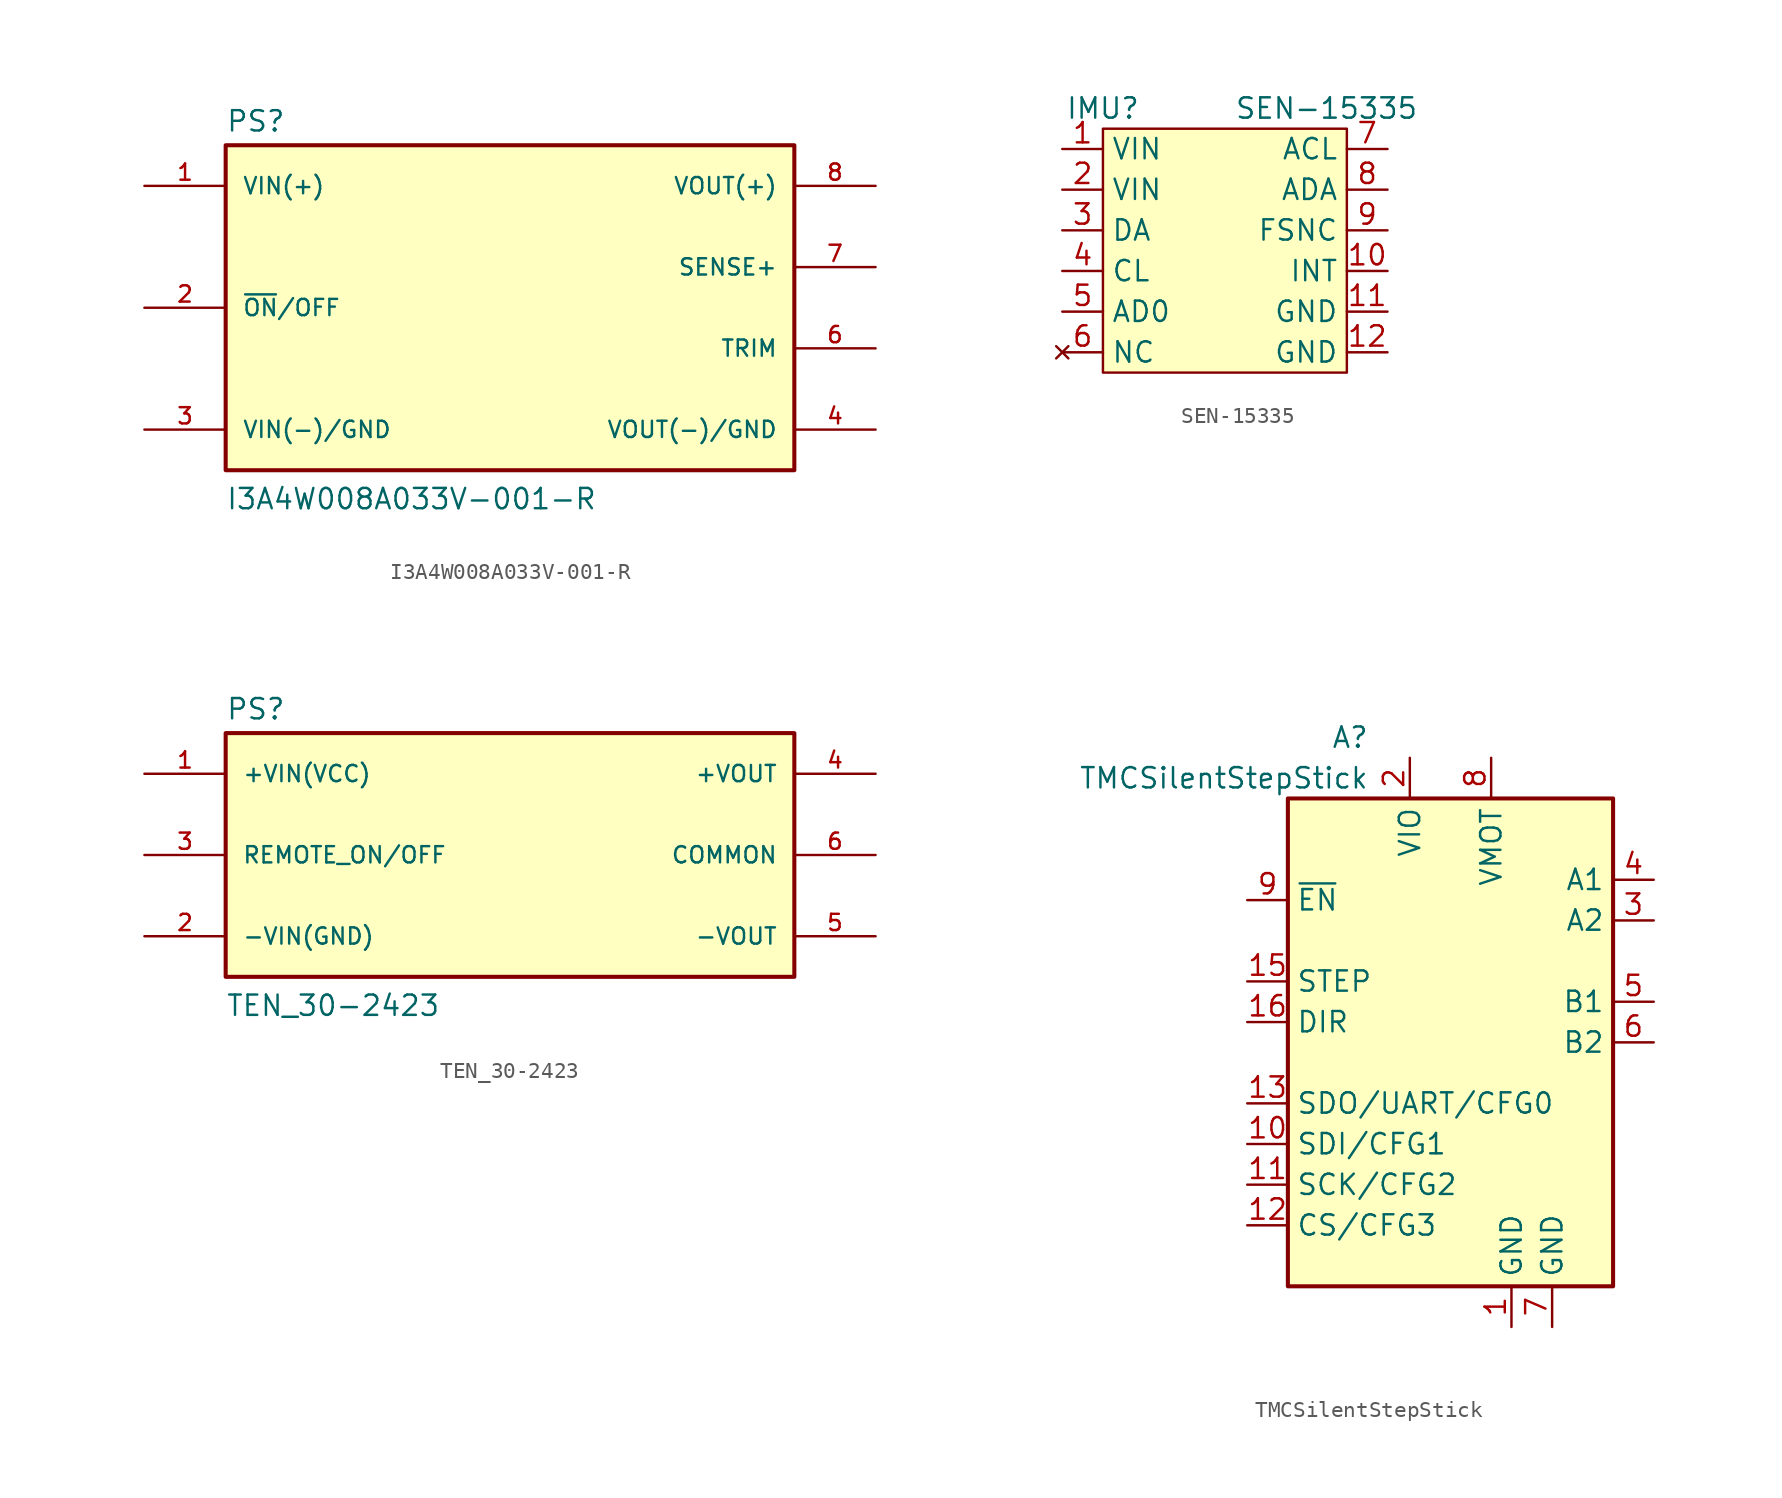
<source format=kicad_sym>
(kicad_symbol_lib
  (version 20220914)
  (generator kicad_symbol_editor)
  (symbol "I3A4W008A033V-001-R"
    (pin_names
      (offset 1.016))
    (property "Reference" "PS"
      (at -17.78 10.922 0)
      (effects (font (size 1.27 1.27)) (justify left bottom)))
    (property "Value" "I3A4W008A033V-001-R"
      (at -17.78 -12.7 0)
      (effects (font (size 1.27 1.27)) (justify left bottom)))
    (symbol "I3A4W008A033V-001-R_0_0"
      (rectangle (start -17.78 -10.16) (end 17.78 10.16) (stroke (width 0.254) (type default)) (fill (type background)))
      (pin input line (at -22.86 7.62 0) (length 5.08) (name "VIN(+)" (effects (font (size 1.016 1.016)))) (number "1" (effects (font (size 1.016 1.016)))))
      (pin input line (at -22.86 0 0) (length 5.08) (name "~{ON}/OFF" (effects (font (size 1.016 1.016)))) (number "2" (effects (font (size 1.016 1.016)))))
      (pin input line (at -22.86 -7.62 0) (length 5.08) (name "VIN(-)/GND" (effects (font (size 1.016 1.016)))) (number "3" (effects (font (size 1.016 1.016)))))
      (pin output line (at 22.86 -7.62 180) (length 5.08) (name "VOUT(-)/GND" (effects (font (size 1.016 1.016)))) (number "4" (effects (font (size 1.016 1.016)))))
      (pin passive line (at 22.86 -2.54 180) (length 5.08) (name "TRIM" (effects (font (size 1.016 1.016)))) (number "6" (effects (font (size 1.016 1.016)))))
      (pin input line (at 22.86 2.54 180) (length 5.08) (name "SENSE+" (effects (font (size 1.016 1.016)))) (number "7" (effects (font (size 1.016 1.016)))))
      (pin output line (at 22.86 7.62 180) (length 5.08) (name "VOUT(+)" (effects (font (size 1.016 1.016)))) (number "8" (effects (font (size 1.016 1.016)))))))
  (symbol "SEN-15335"
    (property "Reference" "IMU"
      (at -7.62 8.89 0)
      (effects (font (size 1.27 1.27))))
    (property "Value" "SEN-15335"
      (at 6.35 8.89 0)
      (effects (font (size 1.27 1.27))))
    (symbol "SEN-15335_1_0"
      (pin power_in line (at -10.16 6.35 0) (length 2.54) (name "VIN" (effects (font (size 1.27 1.27)))) (number "1" (effects (font (size 1.27 1.27)))))
      (pin input line (at 10.16 -1.27 180) (length 2.54) (name "INT" (effects (font (size 1.27 1.27)))) (number "10" (effects (font (size 1.27 1.27)))))
      (pin power_in line (at -10.16 3.81 0) (length 2.54) (name "VIN" (effects (font (size 1.27 1.27)))) (number "2" (effects (font (size 1.27 1.27)))))
      (pin input line (at -10.16 1.27 0) (length 2.54) (name "DA" (effects (font (size 1.27 1.27)))) (number "3" (effects (font (size 1.27 1.27)))))
      (pin input line (at -10.16 -1.27 0) (length 2.54) (name "CL" (effects (font (size 1.27 1.27)))) (number "4" (effects (font (size 1.27 1.27)))))
      (pin input line (at -10.16 -3.81 0) (length 2.54) (name "AD0" (effects (font (size 1.27 1.27)))) (number "5" (effects (font (size 1.27 1.27)))))
      (pin input line (at 10.16 6.35 180) (length 2.54) (name "ACL" (effects (font (size 1.27 1.27)))) (number "7" (effects (font (size 1.27 1.27)))))
      (pin input line (at 10.16 3.81 180) (length 2.54) (name "ADA" (effects (font (size 1.27 1.27)))) (number "8" (effects (font (size 1.27 1.27)))))
      (pin input line (at 10.16 1.27 180) (length 2.54) (name "FSNC" (effects (font (size 1.27 1.27)))) (number "9" (effects (font (size 1.27 1.27))))))
    (symbol "SEN-15335_1_1"
      (rectangle (start -7.62 7.62) (end 7.62 -7.62) (stroke (width 0) (type default)) (fill (type background)))
      (pin power_in line (at 10.16 -3.81 180) (length 2.54) (name "GND" (effects (font (size 1.27 1.27)))) (number "11" (effects (font (size 1.27 1.27)))))
      (pin power_in line (at 10.16 -6.35 180) (length 2.54) (name "GND" (effects (font (size 1.27 1.27)))) (number "12" (effects (font (size 1.27 1.27)))))
      (pin no_connect line (at -10.16 -6.35 0) (length 2.54) (name "NC" (effects (font (size 1.27 1.27)))) (number "6" (effects (font (size 1.27 1.27)))))))
  (symbol "TEN_30-2423"
    (pin_names
      (offset 1.016))
    (property "Reference" "PS"
      (at -17.78 8.382 0)
      (effects (font (size 1.27 1.27)) (justify left bottom)))
    (property "Value" "TEN_30-2423"
      (at -17.78 -10.16 0)
      (effects (font (size 1.27 1.27)) (justify left bottom)))
    (symbol "TEN_30-2423_0_0"
      (rectangle (start -17.78 7.62) (end 17.78 -7.62) (stroke (width 0.254) (type default)) (fill (type background)))
      (pin input line (at -22.86 5.08 0) (length 5.08) (name "+VIN(VCC)" (effects (font (size 1.016 1.016)))) (number "1" (effects (font (size 1.016 1.016)))))
      (pin input line (at -22.86 -5.08 0) (length 5.08) (name "-VIN(GND)" (effects (font (size 1.016 1.016)))) (number "2" (effects (font (size 1.016 1.016)))))
      (pin input line (at -22.86 0 0) (length 5.08) (name "REMOTE_ON/OFF" (effects (font (size 1.016 1.016)))) (number "3" (effects (font (size 1.016 1.016)))))
      (pin output line (at 22.86 5.08 180) (length 5.08) (name "+VOUT" (effects (font (size 1.016 1.016)))) (number "4" (effects (font (size 1.016 1.016))))))
    (symbol "TEN_30-2423_1_0"
      (pin output line (at 22.86 -5.08 180) (length 5.08) (name "-VOUT" (effects (font (size 1.016 1.016)))) (number "5" (effects (font (size 1.016 1.016)))))
      (pin output line (at 22.86 0 180) (length 5.08) (name "COMMON" (effects (font (size 1.016 1.016)))) (number "6" (effects (font (size 1.016 1.016)))))))
  (symbol "TMCSilentStepStick"
    (property "Reference" "A"
      (at -2.54 16.51 0)
      (effects (font (size 1.27 1.27)) (justify right)))
    (property "Value" "TMCSilentStepStick"
      (at -2.54 13.97 0)
      (effects (font (size 1.27 1.27)) (justify right)))
    (symbol "TMCSilentStepStick_0_0"
      (text "" (at -6.35 -12.7 0) (effects (font (size 1.27 1.27)))))
    (symbol "TMCSilentStepStick_0_1"
      (rectangle (start -7.62 12.7) (end 12.7 -17.78) (stroke (width 0.254) (type default)) (fill (type background))))
    (symbol "TMCSilentStepStick_1_1"
      (pin power_in line (at 6.35 -20.32 90) (length 2.54) (name "GND" (effects (font (size 1.27 1.27)))) (number "1" (effects (font (size 1.27 1.27)))))
      (pin input line (at -10.16 -8.89 0) (length 2.54) (name "SDI/CFG1" (effects (font (size 1.27 1.27)))) (number "10" (effects (font (size 1.27 1.27)))))
      (pin input line (at -10.16 -11.43 0) (length 2.54) (name "SCK/CFG2" (effects (font (size 1.27 1.27)))) (number "11" (effects (font (size 1.27 1.27)))))
      (pin input line (at -10.16 -13.97 0) (length 2.54) (name "CS/CFG3" (effects (font (size 1.27 1.27)))) (number "12" (effects (font (size 1.27 1.27)))))
      (pin input line (at -10.16 -6.35 0) (length 2.54) (name "SDO/UART/CFG0" (effects (font (size 1.27 1.27)))) (number "13" (effects (font (size 1.27 1.27)))))
      (pin input line (at -10.16 1.27 0) (length 2.54) (name "STEP" (effects (font (size 1.27 1.27)))) (number "15" (effects (font (size 1.27 1.27)))))
      (pin input line (at -10.16 -1.27 0) (length 2.54) (name "DIR" (effects (font (size 1.27 1.27)))) (number "16" (effects (font (size 1.27 1.27)))))
      (pin power_in line (at 0 15.24 270) (length 2.54) (name "VIO" (effects (font (size 1.27 1.27)))) (number "2" (effects (font (size 1.27 1.27)))))
      (pin output line (at 15.24 5.08 180) (length 2.54) (name "A2" (effects (font (size 1.27 1.27)))) (number "3" (effects (font (size 1.27 1.27)))))
      (pin output line (at 15.24 7.62 180) (length 2.54) (name "A1" (effects (font (size 1.27 1.27)))) (number "4" (effects (font (size 1.27 1.27)))))
      (pin output line (at 15.24 0 180) (length 2.54) (name "B1" (effects (font (size 1.27 1.27)))) (number "5" (effects (font (size 1.27 1.27)))))
      (pin output line (at 15.24 -2.54 180) (length 2.54) (name "B2" (effects (font (size 1.27 1.27)))) (number "6" (effects (font (size 1.27 1.27)))))
      (pin power_in line (at 8.89 -20.32 90) (length 2.54) (name "GND" (effects (font (size 1.27 1.27)))) (number "7" (effects (font (size 1.27 1.27)))))
      (pin power_in line (at 5.08 15.24 270) (length 2.54) (name "VMOT" (effects (font (size 1.27 1.27)))) (number "8" (effects (font (size 1.27 1.27)))))
      (pin input line (at -10.16 6.35 0) (length 2.54) (name "~{EN}" (effects (font (size 1.27 1.27)))) (number "9" (effects (font (size 1.27 1.27))))))))
</source>
